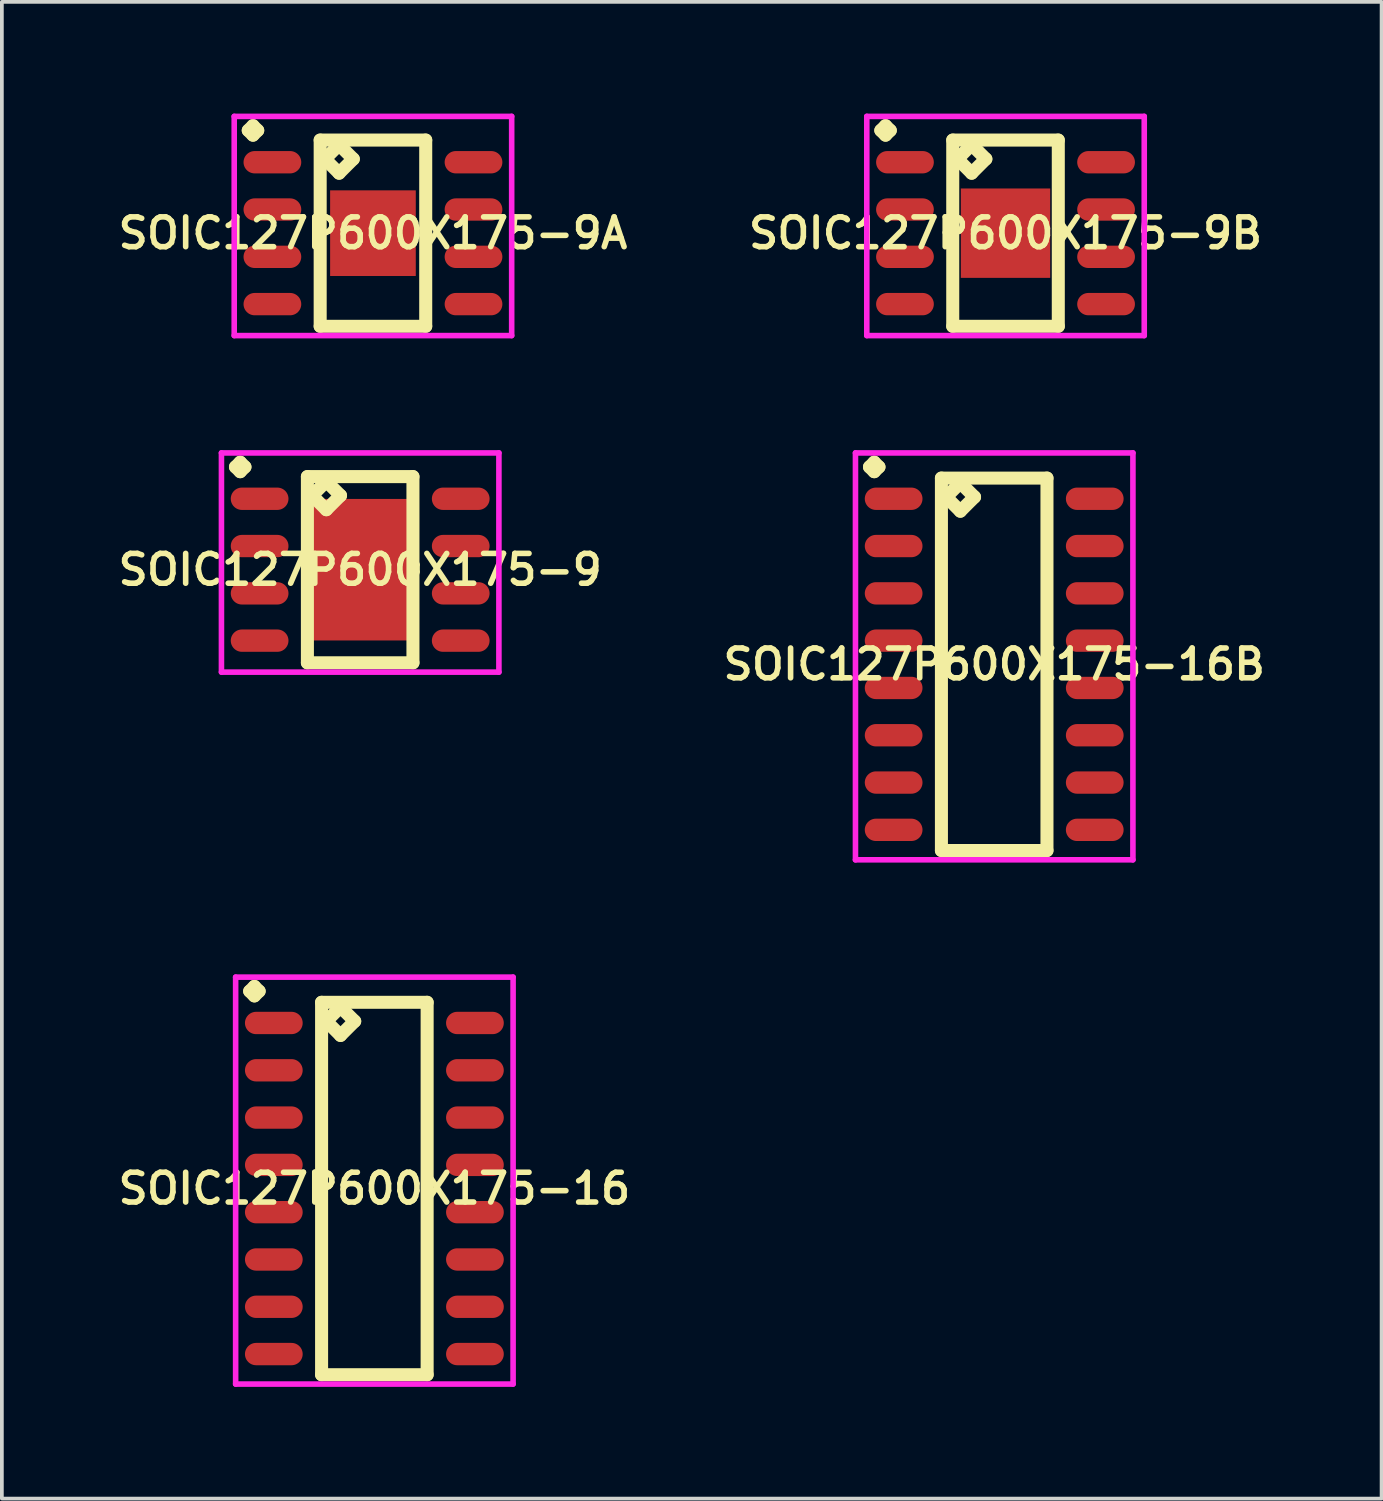
<source format=kicad_pcb>
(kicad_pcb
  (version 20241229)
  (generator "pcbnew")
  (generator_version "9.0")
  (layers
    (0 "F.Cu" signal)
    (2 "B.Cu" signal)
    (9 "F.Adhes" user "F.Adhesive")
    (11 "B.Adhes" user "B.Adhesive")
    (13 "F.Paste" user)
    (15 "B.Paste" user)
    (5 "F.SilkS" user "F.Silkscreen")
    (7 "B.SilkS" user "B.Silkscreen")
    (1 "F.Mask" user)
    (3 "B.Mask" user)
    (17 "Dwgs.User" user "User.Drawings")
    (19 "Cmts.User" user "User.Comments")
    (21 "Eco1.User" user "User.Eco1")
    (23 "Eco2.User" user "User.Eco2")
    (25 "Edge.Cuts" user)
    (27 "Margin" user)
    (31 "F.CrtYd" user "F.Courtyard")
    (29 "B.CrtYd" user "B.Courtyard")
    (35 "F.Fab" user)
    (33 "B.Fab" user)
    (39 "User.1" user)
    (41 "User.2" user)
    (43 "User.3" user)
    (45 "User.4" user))
  (footprint "SOIC127P600X175-9A"
    (layer "F.Cu")
    (at 6.964 3.211)
    (property "Reference" "SOIC127P600X175-9A" (at 0 0 0) (layer "F.SilkS") (effects (font (size 0.8 0.8) (thickness 0.15))))
    (attr through_hole)
    (fp_line (start -3.348 -2.759) (end -3.221 -2.886) (stroke (width 0.35) (type solid)) (layer "F.SilkS"))
    (fp_line (start -3.221 -2.886) (end -3.094 -2.759) (stroke (width 0.35) (type solid)) (layer "F.SilkS"))
    (fp_line (start -3.221 -2.632) (end -3.348 -2.759) (stroke (width 0.35) (type solid)) (layer "F.SilkS"))
    (fp_line (start -3.094 -2.759) (end -3.221 -2.632) (stroke (width 0.35) (type solid)) (layer "F.SilkS"))
    (fp_line (start -1.417 -2.5) (end -1.417 2.5) (stroke (width 0.35) (type solid)) (layer "F.SilkS"))
    (fp_line (start -1.417 2.5) (end 1.417 2.5) (stroke (width 0.35) (type solid)) (layer "F.SilkS"))
    (fp_line (start -1.29 -1.992) (end -0.909 -2.373) (stroke (width 0.35) (type solid)) (layer "F.SilkS"))
    (fp_line (start -0.909 -2.373) (end -0.528 -1.992) (stroke (width 0.35) (type solid)) (layer "F.SilkS"))
    (fp_line (start -0.909 -1.611) (end -1.29 -1.992) (stroke (width 0.35) (type solid)) (layer "F.SilkS"))
    (fp_line (start -0.528 -1.992) (end -0.909 -1.611) (stroke (width 0.35) (type solid)) (layer "F.SilkS"))
    (fp_line (start 1.417 -2.5) (end -1.417 -2.5) (stroke (width 0.35) (type solid)) (layer "F.SilkS"))
    (fp_line (start 1.417 2.5) (end 1.417 -2.5) (stroke (width 0.35) (type solid)) (layer "F.SilkS"))
    (fp_line (start -3.725 -3.136) (end 3.725 -3.136) (stroke (width 0.15) (type solid)) (layer "F.CrtYd"))
    (fp_line (start -3.725 2.75) (end -3.725 -3.136) (stroke (width 0.15) (type solid)) (layer "F.CrtYd"))
    (fp_line (start 3.725 -3.136) (end 3.725 2.75) (stroke (width 0.15) (type solid)) (layer "F.CrtYd"))
    (fp_line (start 3.725 2.75) (end -3.725 2.75) (stroke (width 0.15) (type solid)) (layer "F.CrtYd"))
    (pad "1" smd oval (at -2.7 -1.905) (size 1.55 0.6) (layers "F.Cu" "F.Mask" "F.Paste"))
    (pad "2" smd oval (at -2.7 -0.635) (size 1.55 0.6) (layers "F.Cu" "F.Mask" "F.Paste"))
    (pad "3" smd oval (at -2.7 0.635) (size 1.55 0.6) (layers "F.Cu" "F.Mask" "F.Paste"))
    (pad "4" smd oval (at -2.7 1.905) (size 1.55 0.6) (layers "F.Cu" "F.Mask" "F.Paste"))
    (pad "5" smd oval (at 2.7 1.905) (size 1.55 0.6) (layers "F.Cu" "F.Mask" "F.Paste"))
    (pad "6" smd oval (at 2.7 0.635) (size 1.55 0.6) (layers "F.Cu" "F.Mask" "F.Paste"))
    (pad "7" smd oval (at 2.7 -0.635) (size 1.55 0.6) (layers "F.Cu" "F.Mask" "F.Paste"))
    (pad "8" smd oval (at 2.7 -1.905) (size 1.55 0.6) (layers "F.Cu" "F.Mask" "F.Paste"))
    (pad "9" smd rect (at 0 0) (size 2.3 2.3) (layers "F.Cu" "F.Mask" "F.Paste")))
  (footprint "SOIC127P600X175-16B"
    (layer "F.Cu")
    (at 23.645 14.787)
    (property "Reference" "SOIC127P600X175-16B" (at 0 0 0) (layer "F.SilkS") (effects (font (size 0.8 0.8) (thickness 0.15))))
    (attr through_hole)
    (fp_line (start -3.348 -5.299) (end -3.221 -5.426) (stroke (width 0.35) (type solid)) (layer "F.SilkS"))
    (fp_line (start -3.221 -5.426) (end -3.094 -5.299) (stroke (width 0.35) (type solid)) (layer "F.SilkS"))
    (fp_line (start -3.221 -5.172) (end -3.348 -5.299) (stroke (width 0.35) (type solid)) (layer "F.SilkS"))
    (fp_line (start -3.094 -5.299) (end -3.221 -5.172) (stroke (width 0.35) (type solid)) (layer "F.SilkS"))
    (fp_line (start -1.417 -5) (end -1.417 5) (stroke (width 0.35) (type solid)) (layer "F.SilkS"))
    (fp_line (start -1.417 5) (end 1.417 5) (stroke (width 0.35) (type solid)) (layer "F.SilkS"))
    (fp_line (start -1.29 -4.492) (end -0.909 -4.873) (stroke (width 0.35) (type solid)) (layer "F.SilkS"))
    (fp_line (start -0.909 -4.873) (end -0.528 -4.492) (stroke (width 0.35) (type solid)) (layer "F.SilkS"))
    (fp_line (start -0.909 -4.111) (end -1.29 -4.492) (stroke (width 0.35) (type solid)) (layer "F.SilkS"))
    (fp_line (start -0.528 -4.492) (end -0.909 -4.111) (stroke (width 0.35) (type solid)) (layer "F.SilkS"))
    (fp_line (start 1.417 -5) (end -1.417 -5) (stroke (width 0.35) (type solid)) (layer "F.SilkS"))
    (fp_line (start 1.417 5) (end 1.417 -5) (stroke (width 0.35) (type solid)) (layer "F.SilkS"))
    (fp_line (start -3.725 -5.676) (end 3.725 -5.676) (stroke (width 0.15) (type solid)) (layer "F.CrtYd"))
    (fp_line (start -3.725 5.25) (end -3.725 -5.676) (stroke (width 0.15) (type solid)) (layer "F.CrtYd"))
    (fp_line (start 3.725 -5.676) (end 3.725 5.25) (stroke (width 0.15) (type solid)) (layer "F.CrtYd"))
    (fp_line (start 3.725 5.25) (end -3.725 5.25) (stroke (width 0.15) (type solid)) (layer "F.CrtYd"))
    (pad "1" smd oval (at -2.7 -4.445) (size 1.55 0.6) (layers "F.Cu" "F.Mask" "F.Paste"))
    (pad "2" smd oval (at -2.7 -3.175) (size 1.55 0.6) (layers "F.Cu" "F.Mask" "F.Paste"))
    (pad "3" smd oval (at -2.7 -1.905) (size 1.55 0.6) (layers "F.Cu" "F.Mask" "F.Paste"))
    (pad "4" smd oval (at -2.7 -0.635) (size 1.55 0.6) (layers "F.Cu" "F.Mask" "F.Paste"))
    (pad "5" smd oval (at -2.7 0.635) (size 1.55 0.6) (layers "F.Cu" "F.Mask" "F.Paste"))
    (pad "6" smd oval (at -2.7 1.905) (size 1.55 0.6) (layers "F.Cu" "F.Mask" "F.Paste"))
    (pad "7" smd oval (at -2.7 3.175) (size 1.55 0.6) (layers "F.Cu" "F.Mask" "F.Paste"))
    (pad "8" smd oval (at -2.7 4.445) (size 1.55 0.6) (layers "F.Cu" "F.Mask" "F.Paste"))
    (pad "9" smd oval (at 2.7 4.445) (size 1.55 0.6) (layers "F.Cu" "F.Mask" "F.Paste"))
    (pad "10" smd oval (at 2.7 3.175) (size 1.55 0.6) (layers "F.Cu" "F.Mask" "F.Paste"))
    (pad "11" smd oval (at 2.7 1.905) (size 1.55 0.6) (layers "F.Cu" "F.Mask" "F.Paste"))
    (pad "12" smd oval (at 2.7 0.635) (size 1.55 0.6) (layers "F.Cu" "F.Mask" "F.Paste"))
    (pad "13" smd oval (at 2.7 -0.635) (size 1.55 0.6) (layers "F.Cu" "F.Mask" "F.Paste"))
    (pad "14" smd oval (at 2.7 -1.905) (size 1.55 0.6) (layers "F.Cu" "F.Mask" "F.Paste"))
    (pad "15" smd oval (at 2.7 -3.175) (size 1.55 0.6) (layers "F.Cu" "F.Mask" "F.Paste"))
    (pad "16" smd oval (at 2.7 -4.445) (size 1.55 0.6) (layers "F.Cu" "F.Mask" "F.Paste")))
  (footprint "SOIC127P600X175-9"
    (layer "F.Cu")
    (at 6.621 12.247)
    (property "Reference" "SOIC127P600X175-9" (at 0 0 0) (layer "F.SilkS") (effects (font (size 0.8 0.8) (thickness 0.15))))
    (attr through_hole)
    (fp_line (start -3.348 -2.759) (end -3.221 -2.886) (stroke (width 0.35) (type solid)) (layer "F.SilkS"))
    (fp_line (start -3.221 -2.886) (end -3.094 -2.759) (stroke (width 0.35) (type solid)) (layer "F.SilkS"))
    (fp_line (start -3.221 -2.632) (end -3.348 -2.759) (stroke (width 0.35) (type solid)) (layer "F.SilkS"))
    (fp_line (start -3.094 -2.759) (end -3.221 -2.632) (stroke (width 0.35) (type solid)) (layer "F.SilkS"))
    (fp_line (start -1.417 -2.5) (end -1.417 2.5) (stroke (width 0.35) (type solid)) (layer "F.SilkS"))
    (fp_line (start -1.417 2.5) (end 1.417 2.5) (stroke (width 0.35) (type solid)) (layer "F.SilkS"))
    (fp_line (start -1.29 -1.992) (end -0.909 -2.373) (stroke (width 0.35) (type solid)) (layer "F.SilkS"))
    (fp_line (start -0.909 -2.373) (end -0.528 -1.992) (stroke (width 0.35) (type solid)) (layer "F.SilkS"))
    (fp_line (start -0.909 -1.611) (end -1.29 -1.992) (stroke (width 0.35) (type solid)) (layer "F.SilkS"))
    (fp_line (start -0.528 -1.992) (end -0.909 -1.611) (stroke (width 0.35) (type solid)) (layer "F.SilkS"))
    (fp_line (start 1.417 -2.5) (end -1.417 -2.5) (stroke (width 0.35) (type solid)) (layer "F.SilkS"))
    (fp_line (start 1.417 2.5) (end 1.417 -2.5) (stroke (width 0.35) (type solid)) (layer "F.SilkS"))
    (fp_line (start -3.725 -3.136) (end 3.725 -3.136) (stroke (width 0.15) (type solid)) (layer "F.CrtYd"))
    (fp_line (start -3.725 2.75) (end -3.725 -3.136) (stroke (width 0.15) (type solid)) (layer "F.CrtYd"))
    (fp_line (start 3.725 -3.136) (end 3.725 2.75) (stroke (width 0.15) (type solid)) (layer "F.CrtYd"))
    (fp_line (start 3.725 2.75) (end -3.725 2.75) (stroke (width 0.15) (type solid)) (layer "F.CrtYd"))
    (pad "1" smd oval (at -2.7 -1.905) (size 1.55 0.6) (layers "F.Cu" "F.Mask" "F.Paste"))
    (pad "2" smd oval (at -2.7 -0.635) (size 1.55 0.6) (layers "F.Cu" "F.Mask" "F.Paste"))
    (pad "3" smd oval (at -2.7 0.635) (size 1.55 0.6) (layers "F.Cu" "F.Mask" "F.Paste"))
    (pad "4" smd oval (at -2.7 1.905) (size 1.55 0.6) (layers "F.Cu" "F.Mask" "F.Paste"))
    (pad "5" smd oval (at 2.7 1.905) (size 1.55 0.6) (layers "F.Cu" "F.Mask" "F.Paste"))
    (pad "6" smd oval (at 2.7 0.635) (size 1.55 0.6) (layers "F.Cu" "F.Mask" "F.Paste"))
    (pad "7" smd oval (at 2.7 -0.635) (size 1.55 0.6) (layers "F.Cu" "F.Mask" "F.Paste"))
    (pad "8" smd oval (at 2.7 -1.905) (size 1.55 0.6) (layers "F.Cu" "F.Mask" "F.Paste"))
    (pad "9" smd rect (at 0 0) (size 2.75 3.8) (layers "F.Cu" "F.Mask" "F.Paste")))
  (footprint "SOIC127P600X175-16"
    (layer "F.Cu")
    (at 7.002 28.863)
    (property "Reference" "SOIC127P600X175-16" (at 0 0 0) (layer "F.SilkS") (effects (font (size 0.8 0.8) (thickness 0.15))))
    (attr smd)
    (fp_line (start -3.348 -5.299) (end -3.221 -5.426) (stroke (width 0.35) (type solid)) (layer "F.SilkS"))
    (fp_line (start -3.221 -5.426) (end -3.094 -5.299) (stroke (width 0.35) (type solid)) (layer "F.SilkS"))
    (fp_line (start -3.221 -5.172) (end -3.348 -5.299) (stroke (width 0.35) (type solid)) (layer "F.SilkS"))
    (fp_line (start -3.094 -5.299) (end -3.221 -5.172) (stroke (width 0.35) (type solid)) (layer "F.SilkS"))
    (fp_line (start -1.417 -5) (end -1.417 5) (stroke (width 0.35) (type solid)) (layer "F.SilkS"))
    (fp_line (start -1.417 5) (end 1.417 5) (stroke (width 0.35) (type solid)) (layer "F.SilkS"))
    (fp_line (start -1.29 -4.492) (end -0.909 -4.873) (stroke (width 0.35) (type solid)) (layer "F.SilkS"))
    (fp_line (start -0.909 -4.873) (end -0.528 -4.492) (stroke (width 0.35) (type solid)) (layer "F.SilkS"))
    (fp_line (start -0.909 -4.111) (end -1.29 -4.492) (stroke (width 0.35) (type solid)) (layer "F.SilkS"))
    (fp_line (start -0.528 -4.492) (end -0.909 -4.111) (stroke (width 0.35) (type solid)) (layer "F.SilkS"))
    (fp_line (start 1.417 -5) (end -1.417 -5) (stroke (width 0.35) (type solid)) (layer "F.SilkS"))
    (fp_line (start 1.417 5) (end 1.417 -5) (stroke (width 0.35) (type solid)) (layer "F.SilkS"))
    (fp_line (start -3.725 -5.676) (end 3.725 -5.676) (stroke (width 0.15) (type solid)) (layer "F.CrtYd"))
    (fp_line (start -3.725 5.25) (end -3.725 -5.676) (stroke (width 0.15) (type solid)) (layer "F.CrtYd"))
    (fp_line (start 3.725 -5.676) (end 3.725 5.25) (stroke (width 0.15) (type solid)) (layer "F.CrtYd"))
    (fp_line (start 3.725 5.25) (end -3.725 5.25) (stroke (width 0.15) (type solid)) (layer "F.CrtYd"))
    (pad "1" smd oval (at -2.7 -4.445) (size 1.55 0.6) (layers "F.Cu" "F.Mask" "F.Paste"))
    (pad "2" smd oval (at -2.7 -3.175) (size 1.55 0.6) (layers "F.Cu" "F.Mask" "F.Paste"))
    (pad "3" smd oval (at -2.7 -1.905) (size 1.55 0.6) (layers "F.Cu" "F.Mask" "F.Paste"))
    (pad "4" smd oval (at -2.7 -0.635) (size 1.55 0.6) (layers "F.Cu" "F.Mask" "F.Paste"))
    (pad "5" smd oval (at -2.7 0.635) (size 1.55 0.6) (layers "F.Cu" "F.Mask" "F.Paste"))
    (pad "6" smd oval (at -2.7 1.905) (size 1.55 0.6) (layers "F.Cu" "F.Mask" "F.Paste"))
    (pad "7" smd oval (at -2.7 3.175) (size 1.55 0.6) (layers "F.Cu" "F.Mask" "F.Paste"))
    (pad "8" smd oval (at -2.7 4.445) (size 1.55 0.6) (layers "F.Cu" "F.Mask" "F.Paste"))
    (pad "9" smd oval (at 2.7 4.445) (size 1.55 0.6) (layers "F.Cu" "F.Mask" "F.Paste"))
    (pad "10" smd oval (at 2.7 3.175) (size 1.55 0.6) (layers "F.Cu" "F.Mask" "F.Paste"))
    (pad "11" smd oval (at 2.7 1.905) (size 1.55 0.6) (layers "F.Cu" "F.Mask" "F.Paste"))
    (pad "12" smd oval (at 2.7 0.635) (size 1.55 0.6) (layers "F.Cu" "F.Mask" "F.Paste"))
    (pad "13" smd oval (at 2.7 -0.635) (size 1.55 0.6) (layers "F.Cu" "F.Mask" "F.Paste"))
    (pad "14" smd oval (at 2.7 -1.905) (size 1.55 0.6) (layers "F.Cu" "F.Mask" "F.Paste"))
    (pad "15" smd oval (at 2.7 -3.175) (size 1.55 0.6) (layers "F.Cu" "F.Mask" "F.Paste"))
    (pad "16" smd oval (at 2.7 -4.445) (size 1.55 0.6) (layers "F.Cu" "F.Mask" "F.Paste")))
  (footprint "SOIC127P600X175-9B"
    (layer "F.Cu")
    (at 23.949 3.211)
    (property "Reference" "SOIC127P600X175-9B" (at 0 0 0) (layer "F.SilkS") (effects (font (size 0.8 0.8) (thickness 0.15))))
    (attr smd)
    (fp_line (start -3.348 -2.759) (end -3.221 -2.886) (stroke (width 0.35) (type solid)) (layer "F.SilkS"))
    (fp_line (start -3.221 -2.886) (end -3.094 -2.759) (stroke (width 0.35) (type solid)) (layer "F.SilkS"))
    (fp_line (start -3.221 -2.632) (end -3.348 -2.759) (stroke (width 0.35) (type solid)) (layer "F.SilkS"))
    (fp_line (start -3.094 -2.759) (end -3.221 -2.632) (stroke (width 0.35) (type solid)) (layer "F.SilkS"))
    (fp_line (start -1.417 -2.5) (end -1.417 2.5) (stroke (width 0.35) (type solid)) (layer "F.SilkS"))
    (fp_line (start -1.417 2.5) (end 1.417 2.5) (stroke (width 0.35) (type solid)) (layer "F.SilkS"))
    (fp_line (start -1.29 -1.992) (end -0.909 -2.373) (stroke (width 0.35) (type solid)) (layer "F.SilkS"))
    (fp_line (start -0.909 -2.373) (end -0.528 -1.992) (stroke (width 0.35) (type solid)) (layer "F.SilkS"))
    (fp_line (start -0.909 -1.611) (end -1.29 -1.992) (stroke (width 0.35) (type solid)) (layer "F.SilkS"))
    (fp_line (start -0.528 -1.992) (end -0.909 -1.611) (stroke (width 0.35) (type solid)) (layer "F.SilkS"))
    (fp_line (start 1.417 -2.5) (end -1.417 -2.5) (stroke (width 0.35) (type solid)) (layer "F.SilkS"))
    (fp_line (start 1.417 2.5) (end 1.417 -2.5) (stroke (width 0.35) (type solid)) (layer "F.SilkS"))
    (fp_line (start -3.725 -3.136) (end 3.725 -3.136) (stroke (width 0.15) (type solid)) (layer "F.CrtYd"))
    (fp_line (start -3.725 2.75) (end -3.725 -3.136) (stroke (width 0.15) (type solid)) (layer "F.CrtYd"))
    (fp_line (start 3.725 -3.136) (end 3.725 2.75) (stroke (width 0.15) (type solid)) (layer "F.CrtYd"))
    (fp_line (start 3.725 2.75) (end -3.725 2.75) (stroke (width 0.15) (type solid)) (layer "F.CrtYd"))
    (pad "1" smd oval (at -2.7 -1.905) (size 1.55 0.6) (layers "F.Cu" "F.Mask" "F.Paste"))
    (pad "2" smd oval (at -2.7 -0.635) (size 1.55 0.6) (layers "F.Cu" "F.Mask" "F.Paste"))
    (pad "3" smd oval (at -2.7 0.635) (size 1.55 0.6) (layers "F.Cu" "F.Mask" "F.Paste"))
    (pad "4" smd oval (at -2.7 1.905) (size 1.55 0.6) (layers "F.Cu" "F.Mask" "F.Paste"))
    (pad "5" smd oval (at 2.7 1.905) (size 1.55 0.6) (layers "F.Cu" "F.Mask" "F.Paste"))
    (pad "6" smd oval (at 2.7 0.635) (size 1.55 0.6) (layers "F.Cu" "F.Mask" "F.Paste"))
    (pad "7" smd oval (at 2.7 -0.635) (size 1.55 0.6) (layers "F.Cu" "F.Mask" "F.Paste"))
    (pad "8" smd oval (at 2.7 -1.905) (size 1.55 0.6) (layers "F.Cu" "F.Mask" "F.Paste"))
    (pad "9" smd rect (at 0 0) (size 2.4 2.4) (layers "F.Cu" "F.Mask" "F.Paste")))
  (gr_rect
    (start -3 -3)
    (end 34.047 37.188)
    (stroke (width 0.1) (type default))
    (fill no)
    (layer "Edge.Cuts")))
</source>
